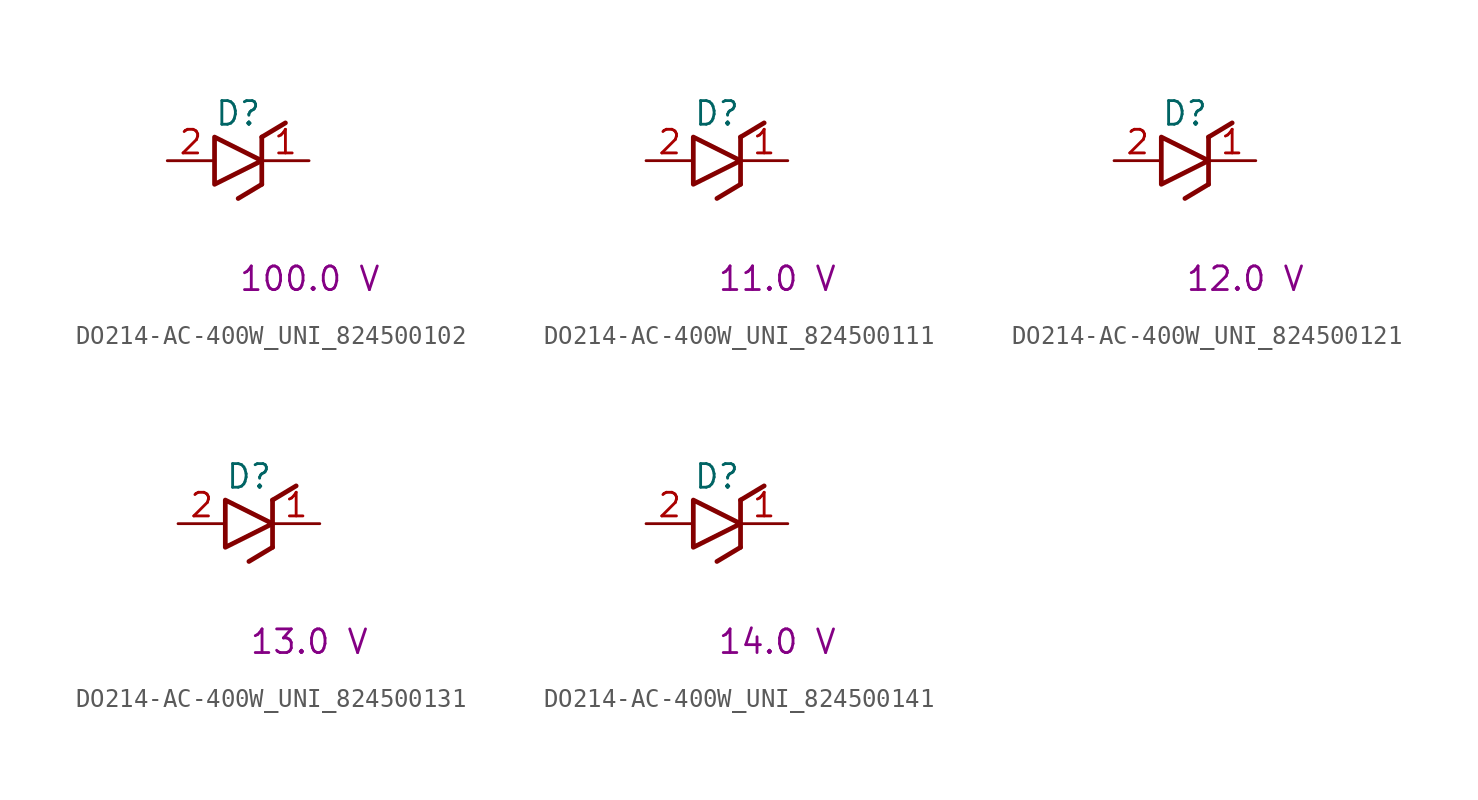
<source format=kicad_sym>
(kicad_symbol_lib
  (version 20220914)
  (generator kicad_symbol_editor)
  (symbol "DO214-AC-400W_UNI_824500102"
    (pin_names hide)
    (property "Reference" "D"
      (at 0 2.54 0)
      (effects (font (size 1.27 1.27))))
    (property "Critical Parameter" "100.0 V"
      (at 0 -6.35 0)
      (effects (font (size 1.27 1.27)) (justify left)))
    (symbol "DO214-AC-400W_UNI_824500102_1_1"
      (polyline (pts (xy 1.27 -1.27) (xy 0 -2.032)) (stroke (width 0.254) (type default)) (fill (type none)))
      (polyline (pts (xy 1.27 1.27) (xy 1.27 -1.27)) (stroke (width 0.254) (type default)) (fill (type none)))
      (polyline (pts (xy 1.27 1.27) (xy 2.54 2.032)) (stroke (width 0.254) (type default)) (fill (type none)))
      (polyline (pts (xy -1.27 1.27) (xy -1.27 -1.27) (xy 1.27 0) (xy -1.27 1.27)) (stroke (width 0.254) (type default)) (fill (type none)))
      (pin passive line (at -3.81 0 0) (length 2.54) (name "Anode" (effects (font (size 1.27 1.27)))) (number "2" (effects (font (size 1.27 1.27)))))
      (pin passive line (at 3.81 0 180) (length 2.54) (name "Cathode" (effects (font (size 1.27 1.27)))) (number "1" (effects (font (size 1.27 1.27)))))))
  (symbol "DO214-AC-400W_UNI_824500111"
    (pin_names hide)
    (property "Reference" "D"
      (at 0 2.54 0)
      (effects (font (size 1.27 1.27))))
    (property "Critical Parameter" "11.0 V"
      (at 0 -6.35 0)
      (effects (font (size 1.27 1.27)) (justify left)))
    (symbol "DO214-AC-400W_UNI_824500111_1_1"
      (polyline (pts (xy 1.27 -1.27) (xy 0 -2.032)) (stroke (width 0.254) (type default)) (fill (type none)))
      (polyline (pts (xy 1.27 1.27) (xy 1.27 -1.27)) (stroke (width 0.254) (type default)) (fill (type none)))
      (polyline (pts (xy 1.27 1.27) (xy 2.54 2.032)) (stroke (width 0.254) (type default)) (fill (type none)))
      (polyline (pts (xy -1.27 1.27) (xy -1.27 -1.27) (xy 1.27 0) (xy -1.27 1.27)) (stroke (width 0.254) (type default)) (fill (type none)))
      (pin passive line (at -3.81 0 0) (length 2.54) (name "Anode" (effects (font (size 1.27 1.27)))) (number "2" (effects (font (size 1.27 1.27)))))
      (pin passive line (at 3.81 0 180) (length 2.54) (name "Cathode" (effects (font (size 1.27 1.27)))) (number "1" (effects (font (size 1.27 1.27)))))))
  (symbol "DO214-AC-400W_UNI_824500121"
    (pin_names hide)
    (property "Reference" "D"
      (at 0 2.54 0)
      (effects (font (size 1.27 1.27))))
    (property "Critical Parameter" "12.0 V"
      (at 0 -6.35 0)
      (effects (font (size 1.27 1.27)) (justify left)))
    (symbol "DO214-AC-400W_UNI_824500121_1_1"
      (polyline (pts (xy 1.27 -1.27) (xy 0 -2.032)) (stroke (width 0.254) (type default)) (fill (type none)))
      (polyline (pts (xy 1.27 1.27) (xy 1.27 -1.27)) (stroke (width 0.254) (type default)) (fill (type none)))
      (polyline (pts (xy 1.27 1.27) (xy 2.54 2.032)) (stroke (width 0.254) (type default)) (fill (type none)))
      (polyline (pts (xy -1.27 1.27) (xy -1.27 -1.27) (xy 1.27 0) (xy -1.27 1.27)) (stroke (width 0.254) (type default)) (fill (type none)))
      (pin passive line (at -3.81 0 0) (length 2.54) (name "Anode" (effects (font (size 1.27 1.27)))) (number "2" (effects (font (size 1.27 1.27)))))
      (pin passive line (at 3.81 0 180) (length 2.54) (name "Cathode" (effects (font (size 1.27 1.27)))) (number "1" (effects (font (size 1.27 1.27)))))))
  (symbol "DO214-AC-400W_UNI_824500131"
    (pin_names hide)
    (property "Reference" "D"
      (at 0 2.54 0)
      (effects (font (size 1.27 1.27))))
    (property "Critical Parameter" "13.0 V"
      (at 0 -6.35 0)
      (effects (font (size 1.27 1.27)) (justify left)))
    (symbol "DO214-AC-400W_UNI_824500131_1_1"
      (polyline (pts (xy 1.27 -1.27) (xy 0 -2.032)) (stroke (width 0.254) (type default)) (fill (type none)))
      (polyline (pts (xy 1.27 1.27) (xy 1.27 -1.27)) (stroke (width 0.254) (type default)) (fill (type none)))
      (polyline (pts (xy 1.27 1.27) (xy 2.54 2.032)) (stroke (width 0.254) (type default)) (fill (type none)))
      (polyline (pts (xy -1.27 1.27) (xy -1.27 -1.27) (xy 1.27 0) (xy -1.27 1.27)) (stroke (width 0.254) (type default)) (fill (type none)))
      (pin passive line (at -3.81 0 0) (length 2.54) (name "Anode" (effects (font (size 1.27 1.27)))) (number "2" (effects (font (size 1.27 1.27)))))
      (pin passive line (at 3.81 0 180) (length 2.54) (name "Cathode" (effects (font (size 1.27 1.27)))) (number "1" (effects (font (size 1.27 1.27)))))))
  (symbol "DO214-AC-400W_UNI_824500141"
    (pin_names hide)
    (property "Reference" "D"
      (at 0 2.54 0)
      (effects (font (size 1.27 1.27))))
    (property "Critical Parameter" "14.0 V"
      (at 0 -6.35 0)
      (effects (font (size 1.27 1.27)) (justify left)))
    (symbol "DO214-AC-400W_UNI_824500141_1_1"
      (polyline (pts (xy 1.27 -1.27) (xy 0 -2.032)) (stroke (width 0.254) (type default)) (fill (type none)))
      (polyline (pts (xy 1.27 1.27) (xy 1.27 -1.27)) (stroke (width 0.254) (type default)) (fill (type none)))
      (polyline (pts (xy 1.27 1.27) (xy 2.54 2.032)) (stroke (width 0.254) (type default)) (fill (type none)))
      (polyline (pts (xy -1.27 1.27) (xy -1.27 -1.27) (xy 1.27 0) (xy -1.27 1.27)) (stroke (width 0.254) (type default)) (fill (type none)))
      (pin passive line (at -3.81 0 0) (length 2.54) (name "Anode" (effects (font (size 1.27 1.27)))) (number "2" (effects (font (size 1.27 1.27)))))
      (pin passive line (at 3.81 0 180) (length 2.54) (name "Cathode" (effects (font (size 1.27 1.27)))) (number "1" (effects (font (size 1.27 1.27))))))))
</source>
